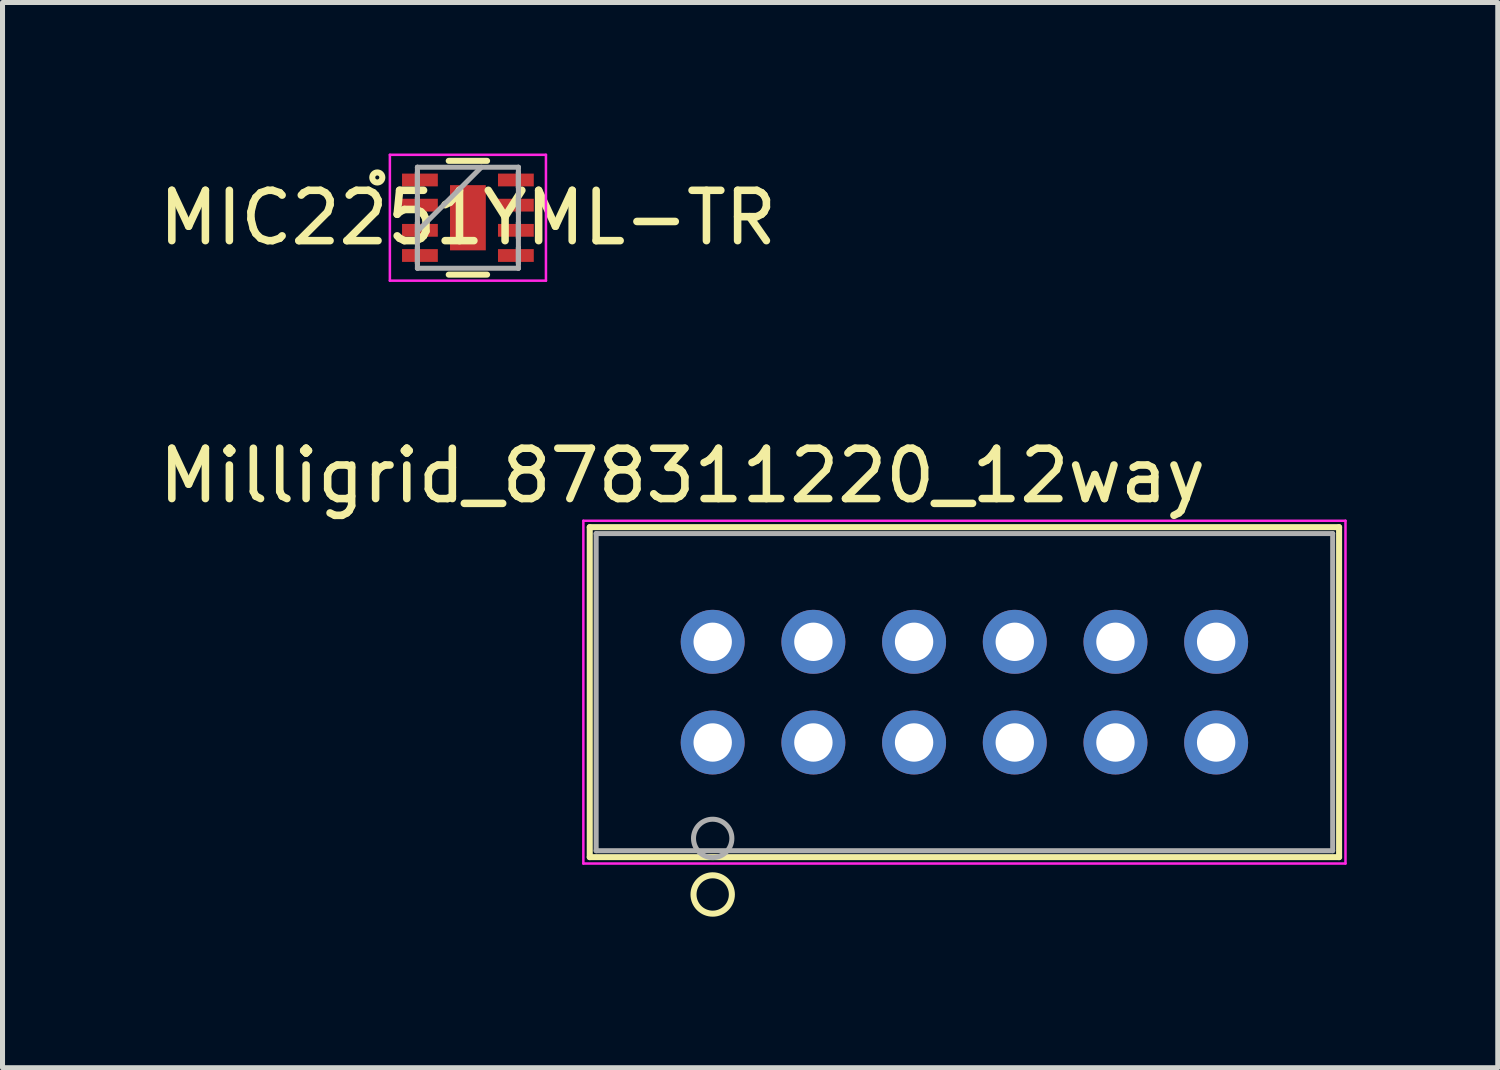
<source format=kicad_pcb>
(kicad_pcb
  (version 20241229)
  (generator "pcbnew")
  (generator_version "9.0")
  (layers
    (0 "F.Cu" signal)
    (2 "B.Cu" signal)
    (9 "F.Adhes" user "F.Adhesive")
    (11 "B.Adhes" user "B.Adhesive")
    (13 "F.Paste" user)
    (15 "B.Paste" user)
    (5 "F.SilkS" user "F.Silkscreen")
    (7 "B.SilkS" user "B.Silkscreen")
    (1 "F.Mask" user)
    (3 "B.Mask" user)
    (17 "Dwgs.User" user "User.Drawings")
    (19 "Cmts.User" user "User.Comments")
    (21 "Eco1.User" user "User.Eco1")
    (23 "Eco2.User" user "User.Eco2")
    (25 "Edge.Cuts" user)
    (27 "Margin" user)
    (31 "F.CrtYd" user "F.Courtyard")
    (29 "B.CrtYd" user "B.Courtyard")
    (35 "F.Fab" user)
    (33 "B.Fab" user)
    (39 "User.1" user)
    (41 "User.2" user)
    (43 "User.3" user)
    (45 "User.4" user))
  (footprint "Milligrid_878311220_12way"
    (layer "F.Cu")
    (at 11.106 11.698)
    (property "Reference" "Milligrid_878311220_12way" (at -0.6 -5.3 0) (layer "F.SilkS") (effects (font (size 1 1) (thickness 0.15))))
    (attr through_hole)
    (fp_line (start -2.442 -4.277) (end -2.442 2.277) (stroke (width 0.12) (type solid)) (layer "F.SilkS"))
    (fp_line (start -2.442 2.277) (end 12.442 2.277) (stroke (width 0.12) (type solid)) (layer "F.SilkS"))
    (fp_line (start 12.442 -4.277) (end -2.442 -4.277) (stroke (width 0.12) (type solid)) (layer "F.SilkS"))
    (fp_line (start 12.442 2.277) (end 12.442 -4.277) (stroke (width 0.12) (type solid)) (layer "F.SilkS"))
    (fp_circle (center 0 3.019) (end 0.381 3.019) (stroke (width 0.12) (type solid)) (fill no) (layer "F.SilkS"))
    (fp_line (start -2.569 -4.404) (end -2.569 2.404) (stroke (width 0.05) (type solid)) (layer "F.CrtYd"))
    (fp_line (start -2.569 2.404) (end 12.569 2.404) (stroke (width 0.05) (type solid)) (layer "F.CrtYd"))
    (fp_line (start 12.569 -4.404) (end -2.569 -4.404) (stroke (width 0.05) (type solid)) (layer "F.CrtYd"))
    (fp_line (start 12.569 2.404) (end 12.569 -4.404) (stroke (width 0.05) (type solid)) (layer "F.CrtYd"))
    (fp_line (start -2.315 -4.15) (end -2.315 2.15) (stroke (width 0.1) (type solid)) (layer "F.Fab"))
    (fp_line (start -2.315 2.15) (end 12.315 2.15) (stroke (width 0.1) (type solid)) (layer "F.Fab"))
    (fp_line (start 12.315 -4.15) (end -2.315 -4.15) (stroke (width 0.1) (type solid)) (layer "F.Fab"))
    (fp_line (start 12.315 2.15) (end 12.315 -4.15) (stroke (width 0.1) (type solid)) (layer "F.Fab"))
    (fp_circle (center 0 1.905) (end 0.381 1.905) (stroke (width 0.1) (type solid)) (fill no) (layer "F.Fab"))
    (pad "1" thru_hole circle (at 0 0.000001) (size 1.27 1.27) (drill 0.762) (layers "*.Cu" "*.Mask"))
    (pad "2" thru_hole circle (at 2 0.000001) (size 1.27 1.27) (drill 0.762) (layers "*.Cu" "*.Mask"))
    (pad "3" thru_hole circle (at 4 0.000001) (size 1.27 1.27) (drill 0.762) (layers "*.Cu" "*.Mask"))
    (pad "4" thru_hole circle (at 6 0.000001) (size 1.27 1.27) (drill 0.762) (layers "*.Cu" "*.Mask"))
    (pad "5" thru_hole circle (at 8 0.000001) (size 1.27 1.27) (drill 0.762) (layers "*.Cu" "*.Mask"))
    (pad "6" thru_hole circle (at 10 0.000001) (size 1.27 1.27) (drill 0.762) (layers "*.Cu" "*.Mask"))
    (pad "7" thru_hole circle (at 0 -2) (size 1.27 1.27) (drill 0.762) (layers "*.Cu" "*.Mask"))
    (pad "8" thru_hole circle (at 2 -2) (size 1.27 1.27) (drill 0.762) (layers "*.Cu" "*.Mask"))
    (pad "9" thru_hole circle (at 4 -2) (size 1.27 1.27) (drill 0.762) (layers "*.Cu" "*.Mask"))
    (pad "10" thru_hole circle (at 6 -2) (size 1.27 1.27) (drill 0.762) (layers "*.Cu" "*.Mask"))
    (pad "11" thru_hole circle (at 8 -2) (size 1.27 1.27) (drill 0.762) (layers "*.Cu" "*.Mask"))
    (pad "12" thru_hole circle (at 10 -2) (size 1.27 1.27) (drill 0.762) (layers "*.Cu" "*.Mask")))
  (footprint "MIC2251YML-TR"
    (layer "F.Cu")
    (at 6.244 1.275)
    (property "Reference" "MIC2251YML-TR" (at 0 0 0) (layer "F.SilkS") (effects (font (size 1 1) (thickness 0.15))))
    (attr through_hole)
    (fp_line (start -0.381 1.13) (end 0.381 1.13) (stroke (width 0.12) (type solid)) (layer "F.SilkS"))
    (fp_line (start 0.381 -1.13) (end -0.381 -1.13) (stroke (width 0.12) (type solid)) (layer "F.SilkS"))
    (fp_circle (center -1.8 -0.8) (end -1.8 -0.7) (stroke (width 0.12) (type solid)) (fill no) (layer "F.SilkS"))
    (fp_line (start -1.55 -1.25) (end 1.55 -1.25) (stroke (width 0.05) (type solid)) (layer "F.CrtYd"))
    (fp_line (start -1.55 1.25) (end -1.55 -1.25) (stroke (width 0.05) (type solid)) (layer "F.CrtYd"))
    (fp_line (start 1.55 -1.25) (end 1.55 1.25) (stroke (width 0.05) (type solid)) (layer "F.CrtYd"))
    (fp_line (start 1.55 1.25) (end -1.55 1.25) (stroke (width 0.05) (type solid)) (layer "F.CrtYd"))
    (fp_line (start -1.003 -1.003) (end -1.003 -1.003) (stroke (width 0.1) (type solid)) (layer "F.Fab"))
    (fp_line (start -1.003 -1.003) (end -1.003 1.003) (stroke (width 0.1) (type solid)) (layer "F.Fab"))
    (fp_line (start -1.003 -0.902) (end -1.003 -0.902) (stroke (width 0.1) (type solid)) (layer "F.Fab"))
    (fp_line (start -1.003 -0.902) (end -1.003 -0.598) (stroke (width 0.1) (type solid)) (layer "F.Fab"))
    (fp_line (start -1.003 -0.598) (end -1.003 -0.902) (stroke (width 0.1) (type solid)) (layer "F.Fab"))
    (fp_line (start -1.003 -0.598) (end -1.003 -0.598) (stroke (width 0.1) (type solid)) (layer "F.Fab"))
    (fp_line (start -1.003 -0.402) (end -1.003 -0.402) (stroke (width 0.1) (type solid)) (layer "F.Fab"))
    (fp_line (start -1.003 -0.402) (end -1.003 -0.098) (stroke (width 0.1) (type solid)) (layer "F.Fab"))
    (fp_line (start -1.003 -0.098) (end -1.003 -0.402) (stroke (width 0.1) (type solid)) (layer "F.Fab"))
    (fp_line (start -1.003 -0.098) (end -1.003 -0.098) (stroke (width 0.1) (type solid)) (layer "F.Fab"))
    (fp_line (start -1.003 0.098) (end -1.003 0.098) (stroke (width 0.1) (type solid)) (layer "F.Fab"))
    (fp_line (start -1.003 0.098) (end -1.003 0.402) (stroke (width 0.1) (type solid)) (layer "F.Fab"))
    (fp_line (start -1.003 0.267) (end 0.267 -1.003) (stroke (width 0.1) (type solid)) (layer "F.Fab"))
    (fp_line (start -1.003 0.402) (end -1.003 0.098) (stroke (width 0.1) (type solid)) (layer "F.Fab"))
    (fp_line (start -1.003 0.402) (end -1.003 0.402) (stroke (width 0.1) (type solid)) (layer "F.Fab"))
    (fp_line (start -1.003 0.598) (end -1.003 0.598) (stroke (width 0.1) (type solid)) (layer "F.Fab"))
    (fp_line (start -1.003 0.598) (end -1.003 0.902) (stroke (width 0.1) (type solid)) (layer "F.Fab"))
    (fp_line (start -1.003 0.902) (end -1.003 0.598) (stroke (width 0.1) (type solid)) (layer "F.Fab"))
    (fp_line (start -1.003 0.902) (end -1.003 0.902) (stroke (width 0.1) (type solid)) (layer "F.Fab"))
    (fp_line (start -1.003 1.003) (end -1.003 1.003) (stroke (width 0.1) (type solid)) (layer "F.Fab"))
    (fp_line (start -1.003 1.003) (end 1.003 1.003) (stroke (width 0.1) (type solid)) (layer "F.Fab"))
    (fp_line (start 1.003 -1.003) (end -1.003 -1.003) (stroke (width 0.1) (type solid)) (layer "F.Fab"))
    (fp_line (start 1.003 -1.003) (end 1.003 -1.003) (stroke (width 0.1) (type solid)) (layer "F.Fab"))
    (fp_line (start 1.003 -0.902) (end 1.003 -0.902) (stroke (width 0.1) (type solid)) (layer "F.Fab"))
    (fp_line (start 1.003 -0.902) (end 1.003 -0.598) (stroke (width 0.1) (type solid)) (layer "F.Fab"))
    (fp_line (start 1.003 -0.598) (end 1.003 -0.902) (stroke (width 0.1) (type solid)) (layer "F.Fab"))
    (fp_line (start 1.003 -0.598) (end 1.003 -0.598) (stroke (width 0.1) (type solid)) (layer "F.Fab"))
    (fp_line (start 1.003 -0.402) (end 1.003 -0.402) (stroke (width 0.1) (type solid)) (layer "F.Fab"))
    (fp_line (start 1.003 -0.402) (end 1.003 -0.098) (stroke (width 0.1) (type solid)) (layer "F.Fab"))
    (fp_line (start 1.003 -0.098) (end 1.003 -0.402) (stroke (width 0.1) (type solid)) (layer "F.Fab"))
    (fp_line (start 1.003 -0.098) (end 1.003 -0.098) (stroke (width 0.1) (type solid)) (layer "F.Fab"))
    (fp_line (start 1.003 0.098) (end 1.003 0.098) (stroke (width 0.1) (type solid)) (layer "F.Fab"))
    (fp_line (start 1.003 0.098) (end 1.003 0.402) (stroke (width 0.1) (type solid)) (layer "F.Fab"))
    (fp_line (start 1.003 0.402) (end 1.003 0.098) (stroke (width 0.1) (type solid)) (layer "F.Fab"))
    (fp_line (start 1.003 0.402) (end 1.003 0.402) (stroke (width 0.1) (type solid)) (layer "F.Fab"))
    (fp_line (start 1.003 0.598) (end 1.003 0.598) (stroke (width 0.1) (type solid)) (layer "F.Fab"))
    (fp_line (start 1.003 0.598) (end 1.003 0.902) (stroke (width 0.1) (type solid)) (layer "F.Fab"))
    (fp_line (start 1.003 0.902) (end 1.003 0.598) (stroke (width 0.1) (type solid)) (layer "F.Fab"))
    (fp_line (start 1.003 0.902) (end 1.003 0.902) (stroke (width 0.1) (type solid)) (layer "F.Fab"))
    (fp_line (start 1.003 1.003) (end 1.003 -1.003) (stroke (width 0.1) (type solid)) (layer "F.Fab"))
    (fp_line (start 1.003 1.003) (end 1.003 1.003) (stroke (width 0.1) (type solid)) (layer "F.Fab"))
    (pad "1" smd rect (at -0.953 -0.75 90) (size 0.254 0.711) (layers "F.Cu" "F.Mask" "F.Paste"))
    (pad "2" smd rect (at -0.953 -0.25 90) (size 0.254 0.711) (layers "F.Cu" "F.Mask" "F.Paste"))
    (pad "3" smd rect (at -0.953 0.25 90) (size 0.254 0.711) (layers "F.Cu" "F.Mask" "F.Paste"))
    (pad "4" smd rect (at -0.953 0.75 90) (size 0.254 0.711) (layers "F.Cu" "F.Mask" "F.Paste"))
    (pad "5" smd rect (at 0.953 0.75 90) (size 0.254 0.711) (layers "F.Cu" "F.Mask" "F.Paste"))
    (pad "6" smd rect (at 0.953 0.25 90) (size 0.254 0.711) (layers "F.Cu" "F.Mask" "F.Paste"))
    (pad "7" smd rect (at 0.953 -0.25 90) (size 0.254 0.711) (layers "F.Cu" "F.Mask" "F.Paste"))
    (pad "8" smd rect (at 0.953 -0.75 90) (size 0.254 0.711) (layers "F.Cu" "F.Mask" "F.Paste"))
    (pad "9" smd rect (at 0 0) (size 0.711 1.295) (layers "F.Cu" "F.Mask" "F.Paste")))
  (gr_rect
    (start -3 -3)
    (end 26.7 18.158)
    (stroke (width 0.1) (type default))
    (fill no)
    (layer "Edge.Cuts")))
</source>
